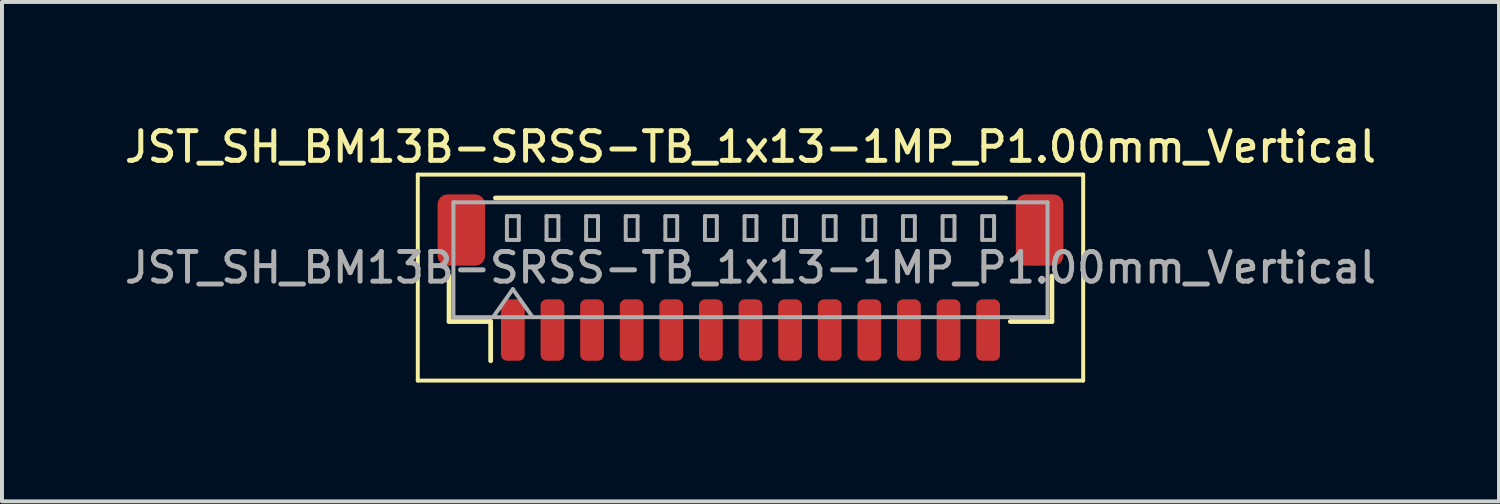
<source format=kicad_pcb>
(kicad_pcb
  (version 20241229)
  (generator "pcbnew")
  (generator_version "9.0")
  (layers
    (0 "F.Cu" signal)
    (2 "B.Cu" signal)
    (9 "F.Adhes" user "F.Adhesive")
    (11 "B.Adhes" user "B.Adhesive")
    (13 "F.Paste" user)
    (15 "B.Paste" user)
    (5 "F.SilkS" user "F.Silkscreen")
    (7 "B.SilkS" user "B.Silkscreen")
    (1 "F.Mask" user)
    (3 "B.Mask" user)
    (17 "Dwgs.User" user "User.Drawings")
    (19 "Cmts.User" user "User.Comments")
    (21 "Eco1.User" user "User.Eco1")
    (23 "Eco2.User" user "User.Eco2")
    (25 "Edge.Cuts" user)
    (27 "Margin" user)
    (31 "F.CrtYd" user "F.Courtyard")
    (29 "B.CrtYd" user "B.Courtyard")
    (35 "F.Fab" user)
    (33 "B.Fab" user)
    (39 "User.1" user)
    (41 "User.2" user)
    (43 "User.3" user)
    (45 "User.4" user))
  (footprint "JST_SH_BM13B-SRSS-TB_1x13-1MP_P1.00mm_Vertical"
    (layer "F.Cu")
    (at 15.898 3.958)
    (property "Reference" "JST_SH_BM13B-SRSS-TB_1x13-1MP_P1.00mm_Vertical" (at 0 -3.3 0) (layer "F.SilkS") (effects (font (size 0.75 0.75) (thickness 0.125))))
    (attr smd)
    (fp_line (start -8.4 -2.6) (end -8.4 2.6) (stroke (width 0.1) (type solid)) (layer "F.SilkS"))
    (fp_line (start -8.4 2.6) (end 8.4 2.6) (stroke (width 0.1) (type solid)) (layer "F.SilkS"))
    (fp_line (start -7.61 -0.04) (end -7.61 1.11) (stroke (width 0.12) (type solid)) (layer "F.SilkS"))
    (fp_line (start -7.61 1.11) (end -6.56 1.11) (stroke (width 0.12) (type solid)) (layer "F.SilkS"))
    (fp_line (start -6.56 1.11) (end -6.56 2.1) (stroke (width 0.12) (type solid)) (layer "F.SilkS"))
    (fp_line (start -6.44 -2.01) (end 6.44 -2.01) (stroke (width 0.12) (type solid)) (layer "F.SilkS"))
    (fp_line (start 7.61 -0.04) (end 7.61 1.11) (stroke (width 0.12) (type solid)) (layer "F.SilkS"))
    (fp_line (start 7.61 1.11) (end 6.56 1.11) (stroke (width 0.12) (type solid)) (layer "F.SilkS"))
    (fp_line (start 8.4 -2.6) (end -8.4 -2.6) (stroke (width 0.1) (type solid)) (layer "F.SilkS"))
    (fp_line (start 8.4 2.6) (end 8.4 -2.6) (stroke (width 0.1) (type solid)) (layer "F.SilkS"))
    (fp_line (start -7.5 -1.9) (end 7.5 -1.9) (stroke (width 0.1) (type solid)) (layer "F.Fab"))
    (fp_line (start -7.5 1) (end -7.5 -1.9) (stroke (width 0.1) (type solid)) (layer "F.Fab"))
    (fp_line (start -7.5 1) (end 7.5 1) (stroke (width 0.1) (type solid)) (layer "F.Fab"))
    (fp_line (start -6.5 1) (end -6 0.293) (stroke (width 0.1) (type solid)) (layer "F.Fab"))
    (fp_line (start -6.15 -1.55) (end -6.15 -0.95) (stroke (width 0.1) (type solid)) (layer "F.Fab"))
    (fp_line (start -6.15 -0.95) (end -5.85 -0.95) (stroke (width 0.1) (type solid)) (layer "F.Fab"))
    (fp_line (start -6 0.293) (end -5.5 1) (stroke (width 0.1) (type solid)) (layer "F.Fab"))
    (fp_line (start -5.85 -1.55) (end -6.15 -1.55) (stroke (width 0.1) (type solid)) (layer "F.Fab"))
    (fp_line (start -5.85 -0.95) (end -5.85 -1.55) (stroke (width 0.1) (type solid)) (layer "F.Fab"))
    (fp_line (start -5.15 -1.55) (end -5.15 -0.95) (stroke (width 0.1) (type solid)) (layer "F.Fab"))
    (fp_line (start -5.15 -0.95) (end -4.85 -0.95) (stroke (width 0.1) (type solid)) (layer "F.Fab"))
    (fp_line (start -4.85 -1.55) (end -5.15 -1.55) (stroke (width 0.1) (type solid)) (layer "F.Fab"))
    (fp_line (start -4.85 -0.95) (end -4.85 -1.55) (stroke (width 0.1) (type solid)) (layer "F.Fab"))
    (fp_line (start -4.15 -1.55) (end -4.15 -0.95) (stroke (width 0.1) (type solid)) (layer "F.Fab"))
    (fp_line (start -4.15 -0.95) (end -3.85 -0.95) (stroke (width 0.1) (type solid)) (layer "F.Fab"))
    (fp_line (start -3.85 -1.55) (end -4.15 -1.55) (stroke (width 0.1) (type solid)) (layer "F.Fab"))
    (fp_line (start -3.85 -0.95) (end -3.85 -1.55) (stroke (width 0.1) (type solid)) (layer "F.Fab"))
    (fp_line (start -3.15 -1.55) (end -3.15 -0.95) (stroke (width 0.1) (type solid)) (layer "F.Fab"))
    (fp_line (start -3.15 -0.95) (end -2.85 -0.95) (stroke (width 0.1) (type solid)) (layer "F.Fab"))
    (fp_line (start -2.85 -1.55) (end -3.15 -1.55) (stroke (width 0.1) (type solid)) (layer "F.Fab"))
    (fp_line (start -2.85 -0.95) (end -2.85 -1.55) (stroke (width 0.1) (type solid)) (layer "F.Fab"))
    (fp_line (start -2.15 -1.55) (end -2.15 -0.95) (stroke (width 0.1) (type solid)) (layer "F.Fab"))
    (fp_line (start -2.15 -0.95) (end -1.85 -0.95) (stroke (width 0.1) (type solid)) (layer "F.Fab"))
    (fp_line (start -1.85 -1.55) (end -2.15 -1.55) (stroke (width 0.1) (type solid)) (layer "F.Fab"))
    (fp_line (start -1.85 -0.95) (end -1.85 -1.55) (stroke (width 0.1) (type solid)) (layer "F.Fab"))
    (fp_line (start -1.15 -1.55) (end -1.15 -0.95) (stroke (width 0.1) (type solid)) (layer "F.Fab"))
    (fp_line (start -1.15 -0.95) (end -0.85 -0.95) (stroke (width 0.1) (type solid)) (layer "F.Fab"))
    (fp_line (start -0.85 -1.55) (end -1.15 -1.55) (stroke (width 0.1) (type solid)) (layer "F.Fab"))
    (fp_line (start -0.85 -0.95) (end -0.85 -1.55) (stroke (width 0.1) (type solid)) (layer "F.Fab"))
    (fp_line (start -0.15 -1.55) (end -0.15 -0.95) (stroke (width 0.1) (type solid)) (layer "F.Fab"))
    (fp_line (start -0.15 -0.95) (end 0.15 -0.95) (stroke (width 0.1) (type solid)) (layer "F.Fab"))
    (fp_line (start 0.15 -1.55) (end -0.15 -1.55) (stroke (width 0.1) (type solid)) (layer "F.Fab"))
    (fp_line (start 0.15 -0.95) (end 0.15 -1.55) (stroke (width 0.1) (type solid)) (layer "F.Fab"))
    (fp_line (start 0.85 -1.55) (end 0.85 -0.95) (stroke (width 0.1) (type solid)) (layer "F.Fab"))
    (fp_line (start 0.85 -0.95) (end 1.15 -0.95) (stroke (width 0.1) (type solid)) (layer "F.Fab"))
    (fp_line (start 1.15 -1.55) (end 0.85 -1.55) (stroke (width 0.1) (type solid)) (layer "F.Fab"))
    (fp_line (start 1.15 -0.95) (end 1.15 -1.55) (stroke (width 0.1) (type solid)) (layer "F.Fab"))
    (fp_line (start 1.85 -1.55) (end 1.85 -0.95) (stroke (width 0.1) (type solid)) (layer "F.Fab"))
    (fp_line (start 1.85 -0.95) (end 2.15 -0.95) (stroke (width 0.1) (type solid)) (layer "F.Fab"))
    (fp_line (start 2.15 -1.55) (end 1.85 -1.55) (stroke (width 0.1) (type solid)) (layer "F.Fab"))
    (fp_line (start 2.15 -0.95) (end 2.15 -1.55) (stroke (width 0.1) (type solid)) (layer "F.Fab"))
    (fp_line (start 2.85 -1.55) (end 2.85 -0.95) (stroke (width 0.1) (type solid)) (layer "F.Fab"))
    (fp_line (start 2.85 -0.95) (end 3.15 -0.95) (stroke (width 0.1) (type solid)) (layer "F.Fab"))
    (fp_line (start 3.15 -1.55) (end 2.85 -1.55) (stroke (width 0.1) (type solid)) (layer "F.Fab"))
    (fp_line (start 3.15 -0.95) (end 3.15 -1.55) (stroke (width 0.1) (type solid)) (layer "F.Fab"))
    (fp_line (start 3.85 -1.55) (end 3.85 -0.95) (stroke (width 0.1) (type solid)) (layer "F.Fab"))
    (fp_line (start 3.85 -0.95) (end 4.15 -0.95) (stroke (width 0.1) (type solid)) (layer "F.Fab"))
    (fp_line (start 4.15 -1.55) (end 3.85 -1.55) (stroke (width 0.1) (type solid)) (layer "F.Fab"))
    (fp_line (start 4.15 -0.95) (end 4.15 -1.55) (stroke (width 0.1) (type solid)) (layer "F.Fab"))
    (fp_line (start 4.85 -1.55) (end 4.85 -0.95) (stroke (width 0.1) (type solid)) (layer "F.Fab"))
    (fp_line (start 4.85 -0.95) (end 5.15 -0.95) (stroke (width 0.1) (type solid)) (layer "F.Fab"))
    (fp_line (start 5.15 -1.55) (end 4.85 -1.55) (stroke (width 0.1) (type solid)) (layer "F.Fab"))
    (fp_line (start 5.15 -0.95) (end 5.15 -1.55) (stroke (width 0.1) (type solid)) (layer "F.Fab"))
    (fp_line (start 5.85 -1.55) (end 5.85 -0.95) (stroke (width 0.1) (type solid)) (layer "F.Fab"))
    (fp_line (start 5.85 -0.95) (end 6.15 -0.95) (stroke (width 0.1) (type solid)) (layer "F.Fab"))
    (fp_line (start 6.15 -1.55) (end 5.85 -1.55) (stroke (width 0.1) (type solid)) (layer "F.Fab"))
    (fp_line (start 6.15 -0.95) (end 6.15 -1.55) (stroke (width 0.1) (type solid)) (layer "F.Fab"))
    (fp_line (start 7.5 1) (end 7.5 -1.9) (stroke (width 0.1) (type solid)) (layer "F.Fab"))
    (fp_text user "${REFERENCE}" (at 0 -0.25 0) (layer "F.Fab") (effects (font (size 0.75 0.75) (thickness 0.125))))
    (pad "1" smd roundrect (at -6 1.325) (size 0.6 1.55) (layers "F.Cu" "F.Mask" "F.Paste") (roundrect_rratio 0.25))
    (pad "2" smd roundrect (at -5 1.325) (size 0.6 1.55) (layers "F.Cu" "F.Mask" "F.Paste") (roundrect_rratio 0.25))
    (pad "3" smd roundrect (at -4 1.325) (size 0.6 1.55) (layers "F.Cu" "F.Mask" "F.Paste") (roundrect_rratio 0.25))
    (pad "4" smd roundrect (at -3 1.325) (size 0.6 1.55) (layers "F.Cu" "F.Mask" "F.Paste") (roundrect_rratio 0.25))
    (pad "5" smd roundrect (at -2 1.325) (size 0.6 1.55) (layers "F.Cu" "F.Mask" "F.Paste") (roundrect_rratio 0.25))
    (pad "6" smd roundrect (at -1 1.325) (size 0.6 1.55) (layers "F.Cu" "F.Mask" "F.Paste") (roundrect_rratio 0.25))
    (pad "7" smd roundrect (at 0 1.325) (size 0.6 1.55) (layers "F.Cu" "F.Mask" "F.Paste") (roundrect_rratio 0.25))
    (pad "8" smd roundrect (at 1 1.325) (size 0.6 1.55) (layers "F.Cu" "F.Mask" "F.Paste") (roundrect_rratio 0.25))
    (pad "9" smd roundrect (at 2 1.325) (size 0.6 1.55) (layers "F.Cu" "F.Mask" "F.Paste") (roundrect_rratio 0.25))
    (pad "10" smd roundrect (at 3 1.325) (size 0.6 1.55) (layers "F.Cu" "F.Mask" "F.Paste") (roundrect_rratio 0.25))
    (pad "11" smd roundrect (at 4 1.325) (size 0.6 1.55) (layers "F.Cu" "F.Mask" "F.Paste") (roundrect_rratio 0.25))
    (pad "12" smd roundrect (at 5 1.325) (size 0.6 1.55) (layers "F.Cu" "F.Mask" "F.Paste") (roundrect_rratio 0.25))
    (pad "13" smd roundrect (at 6 1.325) (size 0.6 1.55) (layers "F.Cu" "F.Mask" "F.Paste") (roundrect_rratio 0.25))
    (pad "MP" smd roundrect (at -7.3 -1.2) (size 1.2 1.8) (layers "F.Cu" "F.Mask" "F.Paste") (roundrect_rratio 0.208))
    (pad "MP" smd roundrect (at 7.3 -1.2) (size 1.2 1.8) (layers "F.Cu" "F.Mask" "F.Paste") (roundrect_rratio 0.208)))
  (gr_rect
    (start -3 -3)
    (end 34.796 9.608)
    (stroke (width 0.1) (type default))
    (fill no)
    (layer "Edge.Cuts")))
</source>
